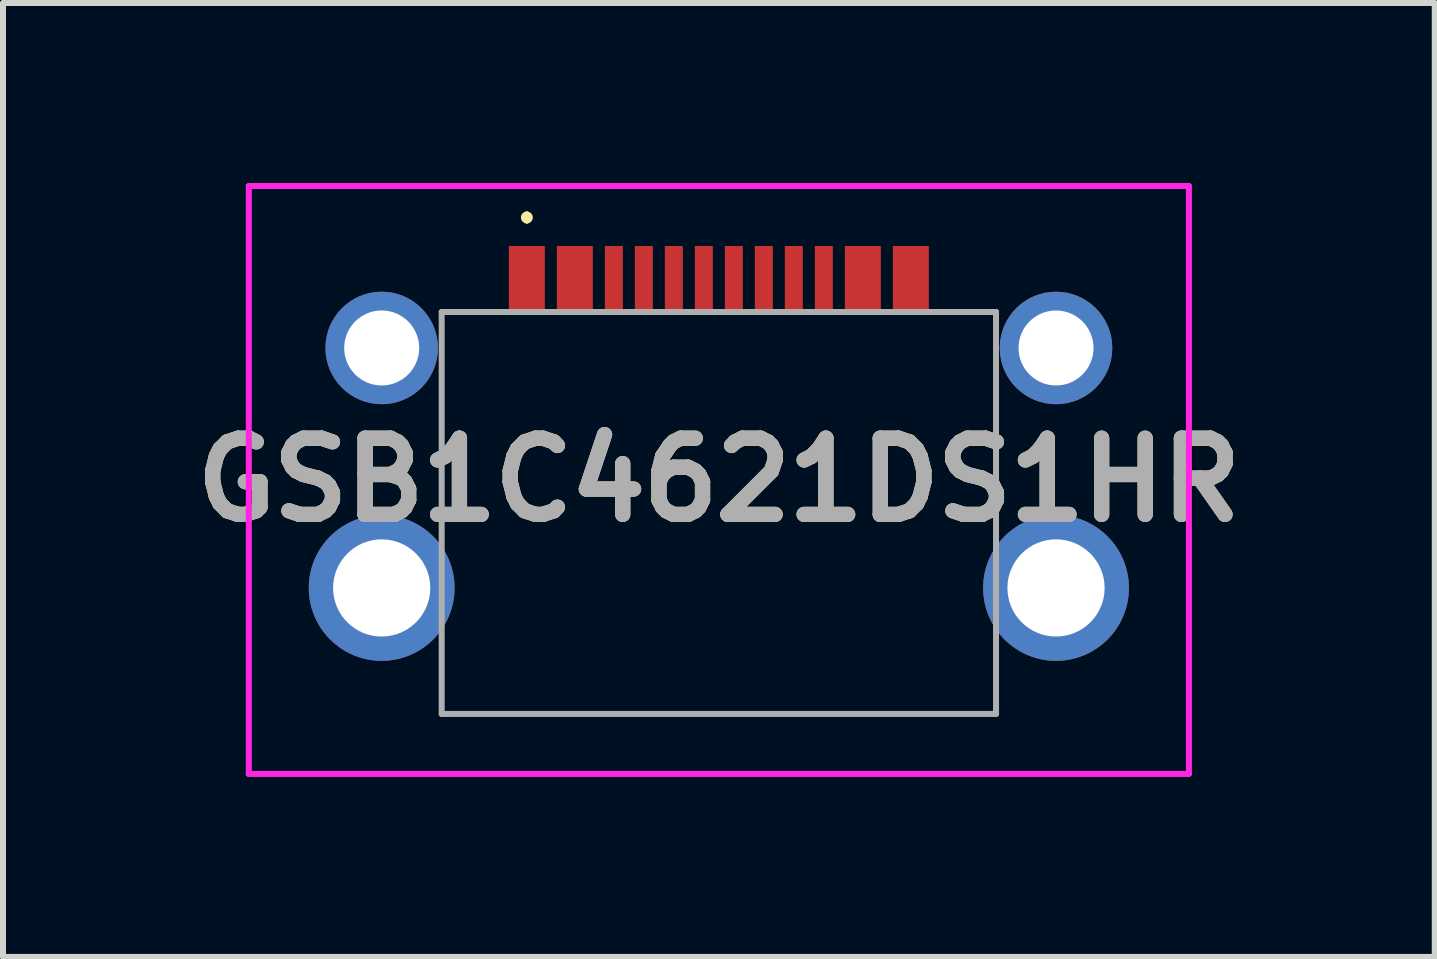
<source format=kicad_pcb>
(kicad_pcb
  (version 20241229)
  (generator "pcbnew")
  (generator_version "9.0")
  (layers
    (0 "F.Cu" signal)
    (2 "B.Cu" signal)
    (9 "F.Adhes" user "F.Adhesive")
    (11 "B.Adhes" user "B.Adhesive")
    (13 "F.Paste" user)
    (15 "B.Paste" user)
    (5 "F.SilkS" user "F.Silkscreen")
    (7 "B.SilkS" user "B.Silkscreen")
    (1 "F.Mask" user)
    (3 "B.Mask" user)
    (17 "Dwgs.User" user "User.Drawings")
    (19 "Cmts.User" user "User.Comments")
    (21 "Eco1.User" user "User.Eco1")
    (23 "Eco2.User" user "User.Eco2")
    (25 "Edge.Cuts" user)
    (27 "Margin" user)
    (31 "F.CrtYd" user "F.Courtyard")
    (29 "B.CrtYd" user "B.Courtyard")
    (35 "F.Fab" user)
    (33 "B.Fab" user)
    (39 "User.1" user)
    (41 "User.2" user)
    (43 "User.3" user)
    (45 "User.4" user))
  (footprint "GSB1C4621DS1HR"
    (layer "F.Cu")
    (at 8.932 4.95)
    (property "Reference" "GSB1C4621DS1HR" (at 0 0 0) (layer "F.SilkS") (effects (font (size 1.27 1.27) (thickness 0.254))))
    (attr through_hole)
    (fp_line (start -3.2 -4.425) (end -3.2 -4.425) (stroke (width 0.1) (type solid)) (layer "F.SilkS"))
    (fp_line (start -3.2 -4.325) (end -3.2 -4.325) (stroke (width 0.1) (type solid)) (layer "F.SilkS"))
    (fp_arc (start -3.2 -4.425) (mid -3.15 -4.375) (end -3.2 -4.325) (stroke (width 0.1) (type solid)) (layer "F.SilkS"))
    (fp_arc (start -3.2 -4.325) (mid -3.25 -4.375) (end -3.2 -4.425) (stroke (width 0.1) (type solid)) (layer "F.SilkS"))
    (fp_line (start -7.835 -4.9) (end 7.835 -4.9) (stroke (width 0.1) (type solid)) (layer "F.CrtYd"))
    (fp_line (start -7.835 4.9) (end -7.835 -4.9) (stroke (width 0.1) (type solid)) (layer "F.CrtYd"))
    (fp_line (start 7.835 -4.9) (end 7.835 4.9) (stroke (width 0.1) (type solid)) (layer "F.CrtYd"))
    (fp_line (start 7.835 4.9) (end -7.835 4.9) (stroke (width 0.1) (type solid)) (layer "F.CrtYd"))
    (fp_line (start -4.62 -2.8) (end 4.62 -2.8) (stroke (width 0.1) (type solid)) (layer "F.Fab"))
    (fp_line (start -4.62 3.9) (end -4.62 -2.8) (stroke (width 0.1) (type solid)) (layer "F.Fab"))
    (fp_line (start 4.62 -2.8) (end 4.62 3.9) (stroke (width 0.1) (type solid)) (layer "F.Fab"))
    (fp_line (start 4.62 3.9) (end -4.62 3.9) (stroke (width 0.1) (type solid)) (layer "F.Fab"))
    (fp_text user "${REFERENCE}" (at 0 0 0) (layer "F.Fab") (effects (font (size 1.27 1.27) (thickness 0.254))))
    (pad "A1" smd rect (at -3.2 -3.35) (size 0.6 1.1) (layers "F.Cu" "F.Mask" "F.Paste"))
    (pad "A4" smd rect (at -2.4 -3.35) (size 0.6 1.1) (layers "F.Cu" "F.Mask" "F.Paste"))
    (pad "A5" smd rect (at -1.25 -3.35) (size 0.3 1.1) (layers "F.Cu" "F.Mask" "F.Paste"))
    (pad "A6" smd rect (at -0.25 -3.35) (size 0.3 1.1) (layers "F.Cu" "F.Mask" "F.Paste"))
    (pad "A7" smd rect (at 0.25 -3.35) (size 0.3 1.1) (layers "F.Cu" "F.Mask" "F.Paste"))
    (pad "A8" smd rect (at 1.25 -3.35) (size 0.3 1.1) (layers "F.Cu" "F.Mask" "F.Paste"))
    (pad "A9" smd rect (at 2.4 -3.35) (size 0.6 1.1) (layers "F.Cu" "F.Mask" "F.Paste"))
    (pad "A12" smd rect (at 3.2 -3.35) (size 0.6 1.1) (layers "F.Cu" "F.Mask" "F.Paste"))
    (pad "B5" smd rect (at 1.75 -3.35) (size 0.3 1.1) (layers "F.Cu" "F.Mask" "F.Paste"))
    (pad "B6" smd rect (at 0.75 -3.35) (size 0.3 1.1) (layers "F.Cu" "F.Mask" "F.Paste"))
    (pad "B7" smd rect (at -0.75 -3.35) (size 0.3 1.1) (layers "F.Cu" "F.Mask" "F.Paste"))
    (pad "B8" smd rect (at -1.75 -3.35) (size 0.3 1.1) (layers "F.Cu" "F.Mask" "F.Paste"))
    (pad "MH1" thru_hole circle (at -5.62 -2.2) (size 1.875 1.875) (drill 1.25) (layers "*.Cu" "*.Mask"))
    (pad "MH2" thru_hole circle (at -5.62 1.8) (size 2.43 2.43) (drill 1.62) (layers "*.Cu" "*.Mask"))
    (pad "MH3" thru_hole circle (at 5.62 1.8) (size 2.43 2.43) (drill 1.62) (layers "*.Cu" "*.Mask"))
    (pad "MH4" thru_hole circle (at 5.62 -2.2) (size 1.875 1.875) (drill 1.25) (layers "*.Cu" "*.Mask")))
  (gr_rect
    (start -3 -3)
    (end 20.865 12.9)
    (stroke (width 0.1) (type default))
    (fill no)
    (layer "Edge.Cuts")))
</source>
